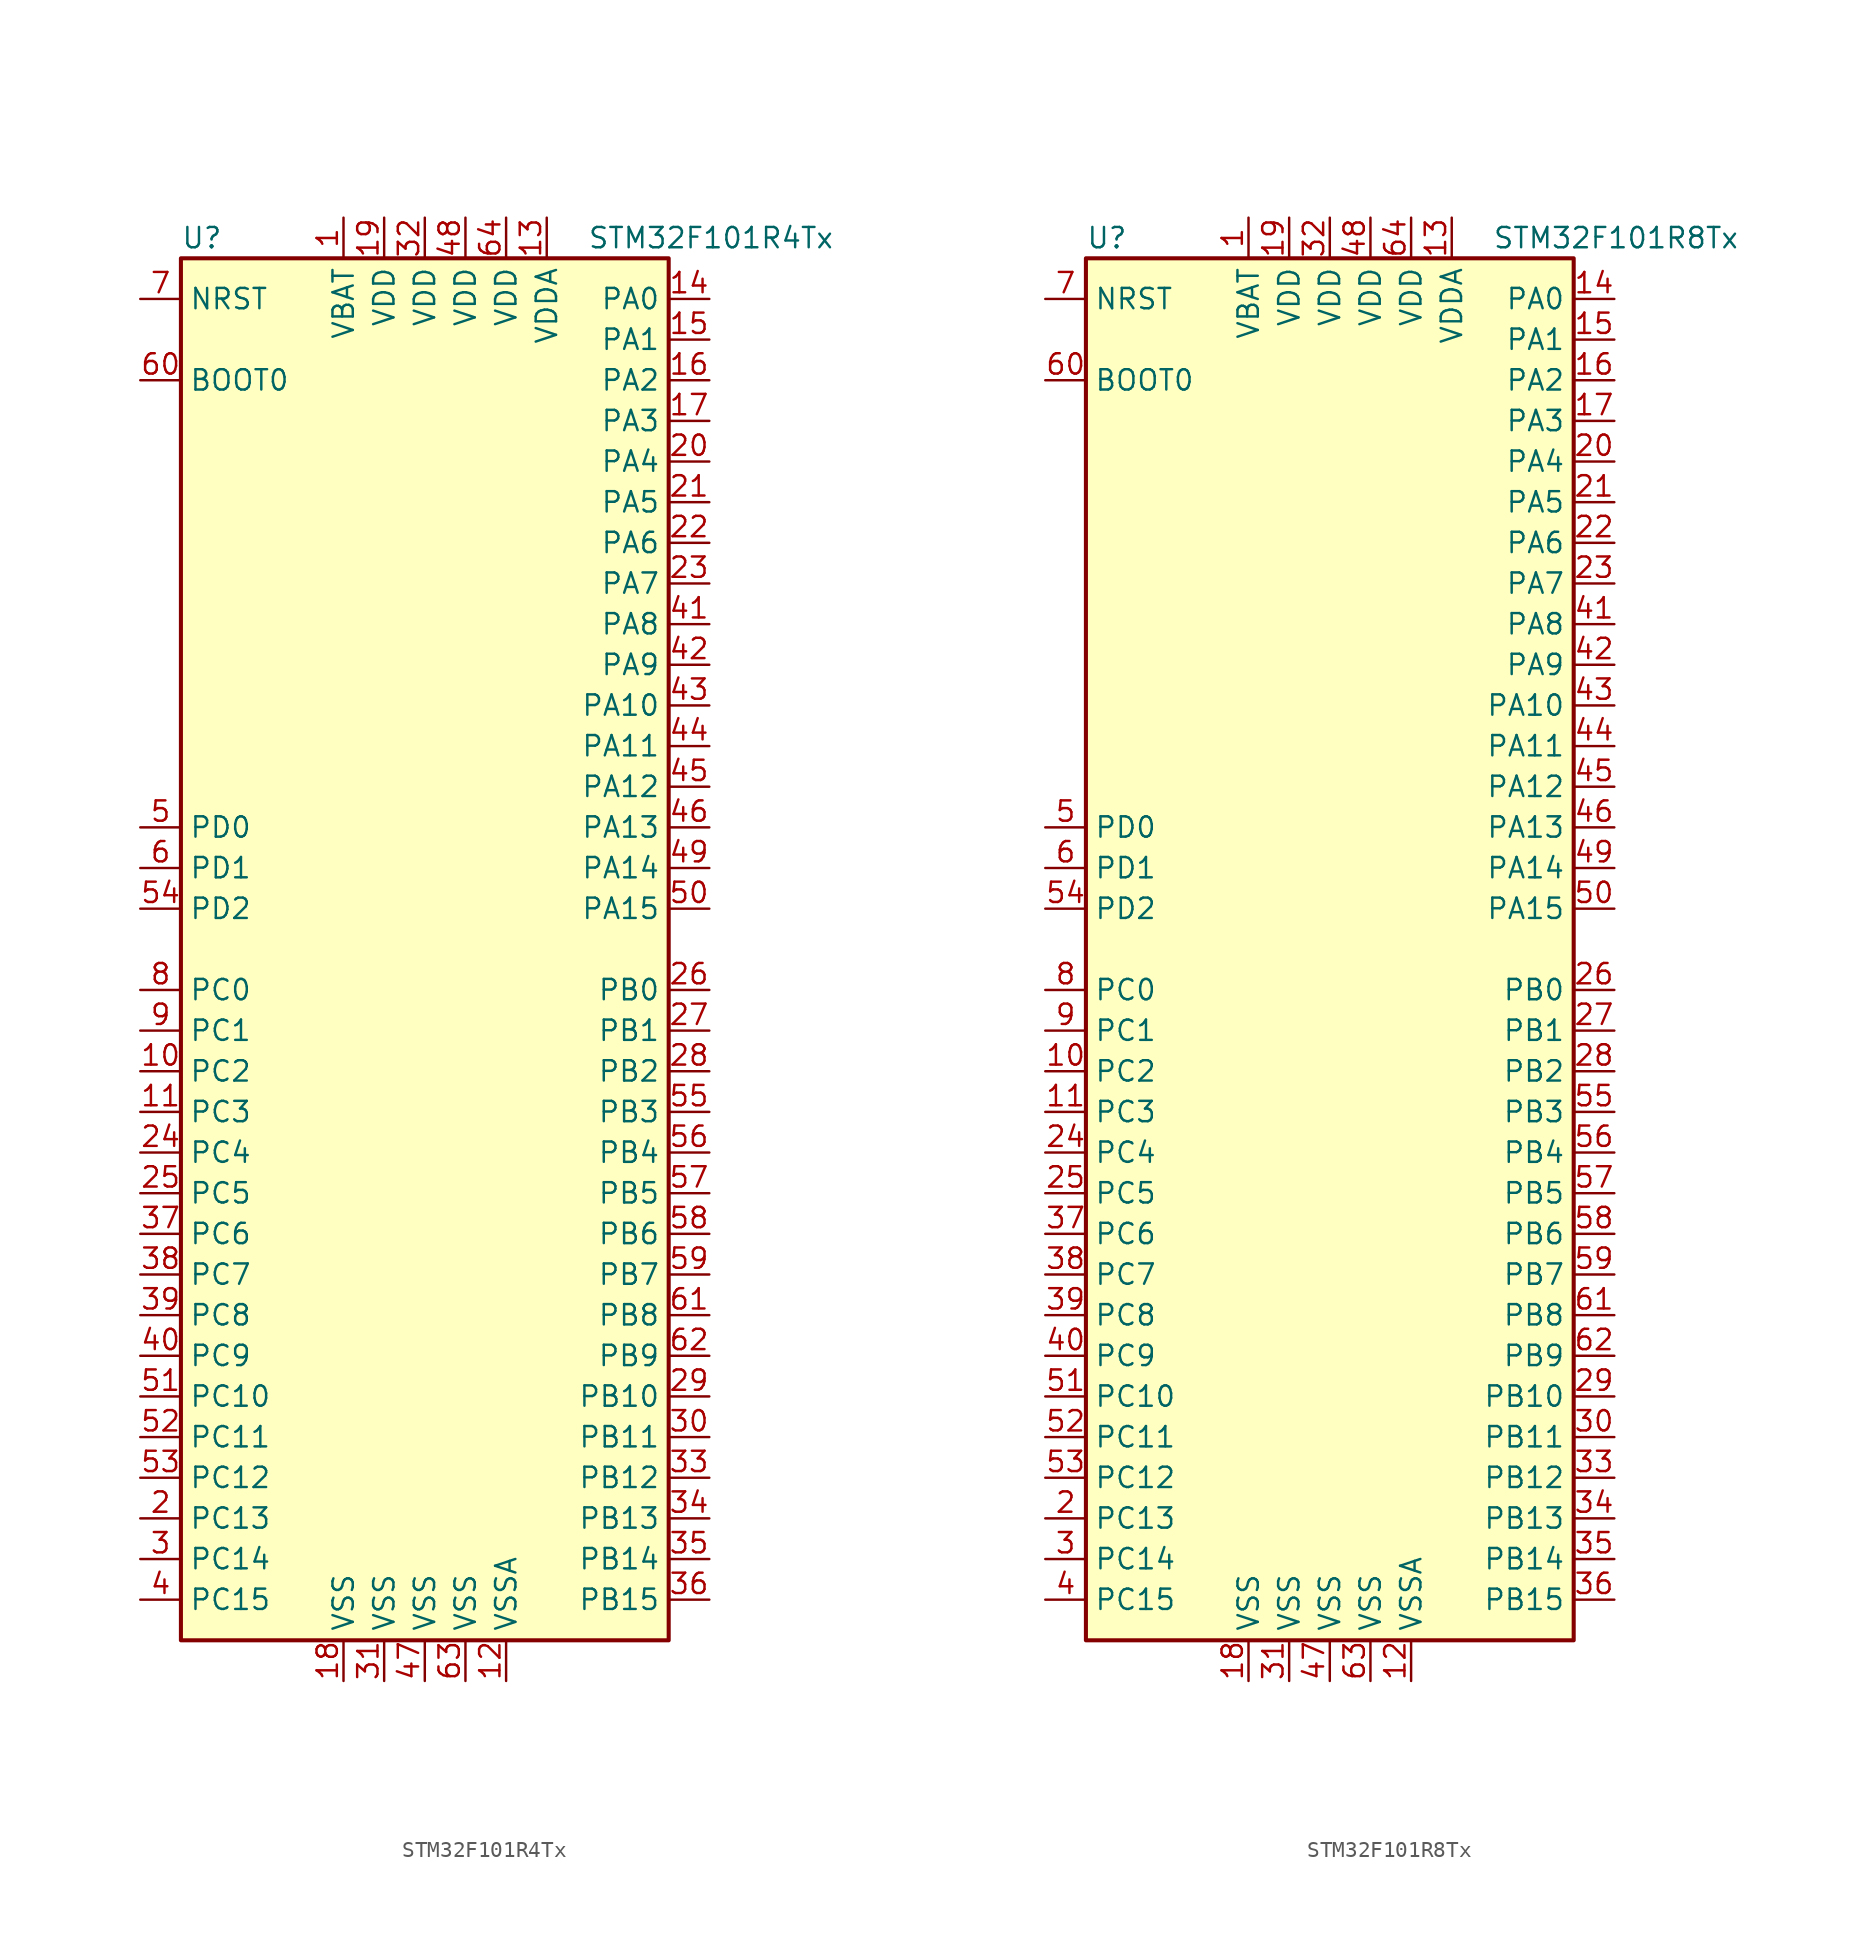
<source format=kicad_sym>
(kicad_symbol_lib
  (version 20211014)
  (generator kicad_symbol_editor)
  (symbol "STM32F101R4Tx"
    (property "Reference" "U"
      (at -15.24 44.45 0)
      (effects (font (size 1.27 1.27)) (justify left)))
    (property "Value" "STM32F101R4Tx"
      (at 10.16 44.45 0)
      (effects (font (size 1.27 1.27)) (justify left)))
    (symbol "STM32F101R4Tx_0_1"
      (rectangle (start -15.24 -43.18) (end 15.24 43.18) (stroke (width 0.254) (type default) (color 0 0 0 0)) (fill (type background))))
    (symbol "STM32F101R4Tx_1_1"
      (pin power_in line (at -5.08 45.72 270) (length 2.54) (name "VBAT" (effects (font (size 1.27 1.27)))) (number "1" (effects (font (size 1.27 1.27)))))
      (pin bidirectional line (at -17.78 -7.62 0) (length 2.54) (name "PC2" (effects (font (size 1.27 1.27)))) (number "10" (effects (font (size 1.27 1.27)))))
      (pin bidirectional line (at -17.78 -10.16 0) (length 2.54) (name "PC3" (effects (font (size 1.27 1.27)))) (number "11" (effects (font (size 1.27 1.27)))))
      (pin power_in line (at 5.08 -45.72 90) (length 2.54) (name "VSSA" (effects (font (size 1.27 1.27)))) (number "12" (effects (font (size 1.27 1.27)))))
      (pin power_in line (at 7.62 45.72 270) (length 2.54) (name "VDDA" (effects (font (size 1.27 1.27)))) (number "13" (effects (font (size 1.27 1.27)))))
      (pin bidirectional line (at 17.78 40.64 180) (length 2.54) (name "PA0" (effects (font (size 1.27 1.27)))) (number "14" (effects (font (size 1.27 1.27)))))
      (pin bidirectional line (at 17.78 38.1 180) (length 2.54) (name "PA1" (effects (font (size 1.27 1.27)))) (number "15" (effects (font (size 1.27 1.27)))))
      (pin bidirectional line (at 17.78 35.56 180) (length 2.54) (name "PA2" (effects (font (size 1.27 1.27)))) (number "16" (effects (font (size 1.27 1.27)))))
      (pin bidirectional line (at 17.78 33.02 180) (length 2.54) (name "PA3" (effects (font (size 1.27 1.27)))) (number "17" (effects (font (size 1.27 1.27)))))
      (pin power_in line (at -5.08 -45.72 90) (length 2.54) (name "VSS" (effects (font (size 1.27 1.27)))) (number "18" (effects (font (size 1.27 1.27)))))
      (pin power_in line (at -2.54 45.72 270) (length 2.54) (name "VDD" (effects (font (size 1.27 1.27)))) (number "19" (effects (font (size 1.27 1.27)))))
      (pin bidirectional line (at -17.78 -35.56 0) (length 2.54) (name "PC13" (effects (font (size 1.27 1.27)))) (number "2" (effects (font (size 1.27 1.27)))))
      (pin bidirectional line (at 17.78 30.48 180) (length 2.54) (name "PA4" (effects (font (size 1.27 1.27)))) (number "20" (effects (font (size 1.27 1.27)))))
      (pin bidirectional line (at 17.78 27.94 180) (length 2.54) (name "PA5" (effects (font (size 1.27 1.27)))) (number "21" (effects (font (size 1.27 1.27)))))
      (pin bidirectional line (at 17.78 25.4 180) (length 2.54) (name "PA6" (effects (font (size 1.27 1.27)))) (number "22" (effects (font (size 1.27 1.27)))))
      (pin bidirectional line (at 17.78 22.86 180) (length 2.54) (name "PA7" (effects (font (size 1.27 1.27)))) (number "23" (effects (font (size 1.27 1.27)))))
      (pin bidirectional line (at -17.78 -12.7 0) (length 2.54) (name "PC4" (effects (font (size 1.27 1.27)))) (number "24" (effects (font (size 1.27 1.27)))))
      (pin bidirectional line (at -17.78 -15.24 0) (length 2.54) (name "PC5" (effects (font (size 1.27 1.27)))) (number "25" (effects (font (size 1.27 1.27)))))
      (pin bidirectional line (at 17.78 -2.54 180) (length 2.54) (name "PB0" (effects (font (size 1.27 1.27)))) (number "26" (effects (font (size 1.27 1.27)))))
      (pin bidirectional line (at 17.78 -5.08 180) (length 2.54) (name "PB1" (effects (font (size 1.27 1.27)))) (number "27" (effects (font (size 1.27 1.27)))))
      (pin bidirectional line (at 17.78 -7.62 180) (length 2.54) (name "PB2" (effects (font (size 1.27 1.27)))) (number "28" (effects (font (size 1.27 1.27)))))
      (pin bidirectional line (at 17.78 -27.94 180) (length 2.54) (name "PB10" (effects (font (size 1.27 1.27)))) (number "29" (effects (font (size 1.27 1.27)))))
      (pin bidirectional line (at -17.78 -38.1 0) (length 2.54) (name "PC14" (effects (font (size 1.27 1.27)))) (number "3" (effects (font (size 1.27 1.27)))))
      (pin bidirectional line (at 17.78 -30.48 180) (length 2.54) (name "PB11" (effects (font (size 1.27 1.27)))) (number "30" (effects (font (size 1.27 1.27)))))
      (pin power_in line (at -2.54 -45.72 90) (length 2.54) (name "VSS" (effects (font (size 1.27 1.27)))) (number "31" (effects (font (size 1.27 1.27)))))
      (pin power_in line (at 0 45.72 270) (length 2.54) (name "VDD" (effects (font (size 1.27 1.27)))) (number "32" (effects (font (size 1.27 1.27)))))
      (pin bidirectional line (at 17.78 -33.02 180) (length 2.54) (name "PB12" (effects (font (size 1.27 1.27)))) (number "33" (effects (font (size 1.27 1.27)))))
      (pin bidirectional line (at 17.78 -35.56 180) (length 2.54) (name "PB13" (effects (font (size 1.27 1.27)))) (number "34" (effects (font (size 1.27 1.27)))))
      (pin bidirectional line (at 17.78 -38.1 180) (length 2.54) (name "PB14" (effects (font (size 1.27 1.27)))) (number "35" (effects (font (size 1.27 1.27)))))
      (pin bidirectional line (at 17.78 -40.64 180) (length 2.54) (name "PB15" (effects (font (size 1.27 1.27)))) (number "36" (effects (font (size 1.27 1.27)))))
      (pin bidirectional line (at -17.78 -17.78 0) (length 2.54) (name "PC6" (effects (font (size 1.27 1.27)))) (number "37" (effects (font (size 1.27 1.27)))))
      (pin bidirectional line (at -17.78 -20.32 0) (length 2.54) (name "PC7" (effects (font (size 1.27 1.27)))) (number "38" (effects (font (size 1.27 1.27)))))
      (pin bidirectional line (at -17.78 -22.86 0) (length 2.54) (name "PC8" (effects (font (size 1.27 1.27)))) (number "39" (effects (font (size 1.27 1.27)))))
      (pin bidirectional line (at -17.78 -40.64 0) (length 2.54) (name "PC15" (effects (font (size 1.27 1.27)))) (number "4" (effects (font (size 1.27 1.27)))))
      (pin bidirectional line (at -17.78 -25.4 0) (length 2.54) (name "PC9" (effects (font (size 1.27 1.27)))) (number "40" (effects (font (size 1.27 1.27)))))
      (pin bidirectional line (at 17.78 20.32 180) (length 2.54) (name "PA8" (effects (font (size 1.27 1.27)))) (number "41" (effects (font (size 1.27 1.27)))))
      (pin bidirectional line (at 17.78 17.78 180) (length 2.54) (name "PA9" (effects (font (size 1.27 1.27)))) (number "42" (effects (font (size 1.27 1.27)))))
      (pin bidirectional line (at 17.78 15.24 180) (length 2.54) (name "PA10" (effects (font (size 1.27 1.27)))) (number "43" (effects (font (size 1.27 1.27)))))
      (pin bidirectional line (at 17.78 12.7 180) (length 2.54) (name "PA11" (effects (font (size 1.27 1.27)))) (number "44" (effects (font (size 1.27 1.27)))))
      (pin bidirectional line (at 17.78 10.16 180) (length 2.54) (name "PA12" (effects (font (size 1.27 1.27)))) (number "45" (effects (font (size 1.27 1.27)))))
      (pin bidirectional line (at 17.78 7.62 180) (length 2.54) (name "PA13" (effects (font (size 1.27 1.27)))) (number "46" (effects (font (size 1.27 1.27)))))
      (pin power_in line (at 0 -45.72 90) (length 2.54) (name "VSS" (effects (font (size 1.27 1.27)))) (number "47" (effects (font (size 1.27 1.27)))))
      (pin power_in line (at 2.54 45.72 270) (length 2.54) (name "VDD" (effects (font (size 1.27 1.27)))) (number "48" (effects (font (size 1.27 1.27)))))
      (pin bidirectional line (at 17.78 5.08 180) (length 2.54) (name "PA14" (effects (font (size 1.27 1.27)))) (number "49" (effects (font (size 1.27 1.27)))))
      (pin input line (at -17.78 7.62 0) (length 2.54) (name "PD0" (effects (font (size 1.27 1.27)))) (number "5" (effects (font (size 1.27 1.27)))))
      (pin bidirectional line (at 17.78 2.54 180) (length 2.54) (name "PA15" (effects (font (size 1.27 1.27)))) (number "50" (effects (font (size 1.27 1.27)))))
      (pin bidirectional line (at -17.78 -27.94 0) (length 2.54) (name "PC10" (effects (font (size 1.27 1.27)))) (number "51" (effects (font (size 1.27 1.27)))))
      (pin bidirectional line (at -17.78 -30.48 0) (length 2.54) (name "PC11" (effects (font (size 1.27 1.27)))) (number "52" (effects (font (size 1.27 1.27)))))
      (pin bidirectional line (at -17.78 -33.02 0) (length 2.54) (name "PC12" (effects (font (size 1.27 1.27)))) (number "53" (effects (font (size 1.27 1.27)))))
      (pin bidirectional line (at -17.78 2.54 0) (length 2.54) (name "PD2" (effects (font (size 1.27 1.27)))) (number "54" (effects (font (size 1.27 1.27)))))
      (pin bidirectional line (at 17.78 -10.16 180) (length 2.54) (name "PB3" (effects (font (size 1.27 1.27)))) (number "55" (effects (font (size 1.27 1.27)))))
      (pin bidirectional line (at 17.78 -12.7 180) (length 2.54) (name "PB4" (effects (font (size 1.27 1.27)))) (number "56" (effects (font (size 1.27 1.27)))))
      (pin bidirectional line (at 17.78 -15.24 180) (length 2.54) (name "PB5" (effects (font (size 1.27 1.27)))) (number "57" (effects (font (size 1.27 1.27)))))
      (pin bidirectional line (at 17.78 -17.78 180) (length 2.54) (name "PB6" (effects (font (size 1.27 1.27)))) (number "58" (effects (font (size 1.27 1.27)))))
      (pin bidirectional line (at 17.78 -20.32 180) (length 2.54) (name "PB7" (effects (font (size 1.27 1.27)))) (number "59" (effects (font (size 1.27 1.27)))))
      (pin input line (at -17.78 5.08 0) (length 2.54) (name "PD1" (effects (font (size 1.27 1.27)))) (number "6" (effects (font (size 1.27 1.27)))))
      (pin input line (at -17.78 35.56 0) (length 2.54) (name "BOOT0" (effects (font (size 1.27 1.27)))) (number "60" (effects (font (size 1.27 1.27)))))
      (pin bidirectional line (at 17.78 -22.86 180) (length 2.54) (name "PB8" (effects (font (size 1.27 1.27)))) (number "61" (effects (font (size 1.27 1.27)))))
      (pin bidirectional line (at 17.78 -25.4 180) (length 2.54) (name "PB9" (effects (font (size 1.27 1.27)))) (number "62" (effects (font (size 1.27 1.27)))))
      (pin power_in line (at 2.54 -45.72 90) (length 2.54) (name "VSS" (effects (font (size 1.27 1.27)))) (number "63" (effects (font (size 1.27 1.27)))))
      (pin power_in line (at 5.08 45.72 270) (length 2.54) (name "VDD" (effects (font (size 1.27 1.27)))) (number "64" (effects (font (size 1.27 1.27)))))
      (pin input line (at -17.78 40.64 0) (length 2.54) (name "NRST" (effects (font (size 1.27 1.27)))) (number "7" (effects (font (size 1.27 1.27)))))
      (pin bidirectional line (at -17.78 -2.54 0) (length 2.54) (name "PC0" (effects (font (size 1.27 1.27)))) (number "8" (effects (font (size 1.27 1.27)))))
      (pin bidirectional line (at -17.78 -5.08 0) (length 2.54) (name "PC1" (effects (font (size 1.27 1.27)))) (number "9" (effects (font (size 1.27 1.27)))))))
  (symbol "STM32F101R8Tx"
    (property "Reference" "U"
      (at -15.24 44.45 0)
      (effects (font (size 1.27 1.27)) (justify left)))
    (property "Value" "STM32F101R8Tx"
      (at 10.16 44.45 0)
      (effects (font (size 1.27 1.27)) (justify left)))
    (symbol "STM32F101R8Tx_0_1"
      (rectangle (start -15.24 -43.18) (end 15.24 43.18) (stroke (width 0.254) (type default) (color 0 0 0 0)) (fill (type background))))
    (symbol "STM32F101R8Tx_1_1"
      (pin power_in line (at -5.08 45.72 270) (length 2.54) (name "VBAT" (effects (font (size 1.27 1.27)))) (number "1" (effects (font (size 1.27 1.27)))))
      (pin bidirectional line (at -17.78 -7.62 0) (length 2.54) (name "PC2" (effects (font (size 1.27 1.27)))) (number "10" (effects (font (size 1.27 1.27)))))
      (pin bidirectional line (at -17.78 -10.16 0) (length 2.54) (name "PC3" (effects (font (size 1.27 1.27)))) (number "11" (effects (font (size 1.27 1.27)))))
      (pin power_in line (at 5.08 -45.72 90) (length 2.54) (name "VSSA" (effects (font (size 1.27 1.27)))) (number "12" (effects (font (size 1.27 1.27)))))
      (pin power_in line (at 7.62 45.72 270) (length 2.54) (name "VDDA" (effects (font (size 1.27 1.27)))) (number "13" (effects (font (size 1.27 1.27)))))
      (pin bidirectional line (at 17.78 40.64 180) (length 2.54) (name "PA0" (effects (font (size 1.27 1.27)))) (number "14" (effects (font (size 1.27 1.27)))))
      (pin bidirectional line (at 17.78 38.1 180) (length 2.54) (name "PA1" (effects (font (size 1.27 1.27)))) (number "15" (effects (font (size 1.27 1.27)))))
      (pin bidirectional line (at 17.78 35.56 180) (length 2.54) (name "PA2" (effects (font (size 1.27 1.27)))) (number "16" (effects (font (size 1.27 1.27)))))
      (pin bidirectional line (at 17.78 33.02 180) (length 2.54) (name "PA3" (effects (font (size 1.27 1.27)))) (number "17" (effects (font (size 1.27 1.27)))))
      (pin power_in line (at -5.08 -45.72 90) (length 2.54) (name "VSS" (effects (font (size 1.27 1.27)))) (number "18" (effects (font (size 1.27 1.27)))))
      (pin power_in line (at -2.54 45.72 270) (length 2.54) (name "VDD" (effects (font (size 1.27 1.27)))) (number "19" (effects (font (size 1.27 1.27)))))
      (pin bidirectional line (at -17.78 -35.56 0) (length 2.54) (name "PC13" (effects (font (size 1.27 1.27)))) (number "2" (effects (font (size 1.27 1.27)))))
      (pin bidirectional line (at 17.78 30.48 180) (length 2.54) (name "PA4" (effects (font (size 1.27 1.27)))) (number "20" (effects (font (size 1.27 1.27)))))
      (pin bidirectional line (at 17.78 27.94 180) (length 2.54) (name "PA5" (effects (font (size 1.27 1.27)))) (number "21" (effects (font (size 1.27 1.27)))))
      (pin bidirectional line (at 17.78 25.4 180) (length 2.54) (name "PA6" (effects (font (size 1.27 1.27)))) (number "22" (effects (font (size 1.27 1.27)))))
      (pin bidirectional line (at 17.78 22.86 180) (length 2.54) (name "PA7" (effects (font (size 1.27 1.27)))) (number "23" (effects (font (size 1.27 1.27)))))
      (pin bidirectional line (at -17.78 -12.7 0) (length 2.54) (name "PC4" (effects (font (size 1.27 1.27)))) (number "24" (effects (font (size 1.27 1.27)))))
      (pin bidirectional line (at -17.78 -15.24 0) (length 2.54) (name "PC5" (effects (font (size 1.27 1.27)))) (number "25" (effects (font (size 1.27 1.27)))))
      (pin bidirectional line (at 17.78 -2.54 180) (length 2.54) (name "PB0" (effects (font (size 1.27 1.27)))) (number "26" (effects (font (size 1.27 1.27)))))
      (pin bidirectional line (at 17.78 -5.08 180) (length 2.54) (name "PB1" (effects (font (size 1.27 1.27)))) (number "27" (effects (font (size 1.27 1.27)))))
      (pin bidirectional line (at 17.78 -7.62 180) (length 2.54) (name "PB2" (effects (font (size 1.27 1.27)))) (number "28" (effects (font (size 1.27 1.27)))))
      (pin bidirectional line (at 17.78 -27.94 180) (length 2.54) (name "PB10" (effects (font (size 1.27 1.27)))) (number "29" (effects (font (size 1.27 1.27)))))
      (pin bidirectional line (at -17.78 -38.1 0) (length 2.54) (name "PC14" (effects (font (size 1.27 1.27)))) (number "3" (effects (font (size 1.27 1.27)))))
      (pin bidirectional line (at 17.78 -30.48 180) (length 2.54) (name "PB11" (effects (font (size 1.27 1.27)))) (number "30" (effects (font (size 1.27 1.27)))))
      (pin power_in line (at -2.54 -45.72 90) (length 2.54) (name "VSS" (effects (font (size 1.27 1.27)))) (number "31" (effects (font (size 1.27 1.27)))))
      (pin power_in line (at 0 45.72 270) (length 2.54) (name "VDD" (effects (font (size 1.27 1.27)))) (number "32" (effects (font (size 1.27 1.27)))))
      (pin bidirectional line (at 17.78 -33.02 180) (length 2.54) (name "PB12" (effects (font (size 1.27 1.27)))) (number "33" (effects (font (size 1.27 1.27)))))
      (pin bidirectional line (at 17.78 -35.56 180) (length 2.54) (name "PB13" (effects (font (size 1.27 1.27)))) (number "34" (effects (font (size 1.27 1.27)))))
      (pin bidirectional line (at 17.78 -38.1 180) (length 2.54) (name "PB14" (effects (font (size 1.27 1.27)))) (number "35" (effects (font (size 1.27 1.27)))))
      (pin bidirectional line (at 17.78 -40.64 180) (length 2.54) (name "PB15" (effects (font (size 1.27 1.27)))) (number "36" (effects (font (size 1.27 1.27)))))
      (pin bidirectional line (at -17.78 -17.78 0) (length 2.54) (name "PC6" (effects (font (size 1.27 1.27)))) (number "37" (effects (font (size 1.27 1.27)))))
      (pin bidirectional line (at -17.78 -20.32 0) (length 2.54) (name "PC7" (effects (font (size 1.27 1.27)))) (number "38" (effects (font (size 1.27 1.27)))))
      (pin bidirectional line (at -17.78 -22.86 0) (length 2.54) (name "PC8" (effects (font (size 1.27 1.27)))) (number "39" (effects (font (size 1.27 1.27)))))
      (pin bidirectional line (at -17.78 -40.64 0) (length 2.54) (name "PC15" (effects (font (size 1.27 1.27)))) (number "4" (effects (font (size 1.27 1.27)))))
      (pin bidirectional line (at -17.78 -25.4 0) (length 2.54) (name "PC9" (effects (font (size 1.27 1.27)))) (number "40" (effects (font (size 1.27 1.27)))))
      (pin bidirectional line (at 17.78 20.32 180) (length 2.54) (name "PA8" (effects (font (size 1.27 1.27)))) (number "41" (effects (font (size 1.27 1.27)))))
      (pin bidirectional line (at 17.78 17.78 180) (length 2.54) (name "PA9" (effects (font (size 1.27 1.27)))) (number "42" (effects (font (size 1.27 1.27)))))
      (pin bidirectional line (at 17.78 15.24 180) (length 2.54) (name "PA10" (effects (font (size 1.27 1.27)))) (number "43" (effects (font (size 1.27 1.27)))))
      (pin bidirectional line (at 17.78 12.7 180) (length 2.54) (name "PA11" (effects (font (size 1.27 1.27)))) (number "44" (effects (font (size 1.27 1.27)))))
      (pin bidirectional line (at 17.78 10.16 180) (length 2.54) (name "PA12" (effects (font (size 1.27 1.27)))) (number "45" (effects (font (size 1.27 1.27)))))
      (pin bidirectional line (at 17.78 7.62 180) (length 2.54) (name "PA13" (effects (font (size 1.27 1.27)))) (number "46" (effects (font (size 1.27 1.27)))))
      (pin power_in line (at 0 -45.72 90) (length 2.54) (name "VSS" (effects (font (size 1.27 1.27)))) (number "47" (effects (font (size 1.27 1.27)))))
      (pin power_in line (at 2.54 45.72 270) (length 2.54) (name "VDD" (effects (font (size 1.27 1.27)))) (number "48" (effects (font (size 1.27 1.27)))))
      (pin bidirectional line (at 17.78 5.08 180) (length 2.54) (name "PA14" (effects (font (size 1.27 1.27)))) (number "49" (effects (font (size 1.27 1.27)))))
      (pin input line (at -17.78 7.62 0) (length 2.54) (name "PD0" (effects (font (size 1.27 1.27)))) (number "5" (effects (font (size 1.27 1.27)))))
      (pin bidirectional line (at 17.78 2.54 180) (length 2.54) (name "PA15" (effects (font (size 1.27 1.27)))) (number "50" (effects (font (size 1.27 1.27)))))
      (pin bidirectional line (at -17.78 -27.94 0) (length 2.54) (name "PC10" (effects (font (size 1.27 1.27)))) (number "51" (effects (font (size 1.27 1.27)))))
      (pin bidirectional line (at -17.78 -30.48 0) (length 2.54) (name "PC11" (effects (font (size 1.27 1.27)))) (number "52" (effects (font (size 1.27 1.27)))))
      (pin bidirectional line (at -17.78 -33.02 0) (length 2.54) (name "PC12" (effects (font (size 1.27 1.27)))) (number "53" (effects (font (size 1.27 1.27)))))
      (pin bidirectional line (at -17.78 2.54 0) (length 2.54) (name "PD2" (effects (font (size 1.27 1.27)))) (number "54" (effects (font (size 1.27 1.27)))))
      (pin bidirectional line (at 17.78 -10.16 180) (length 2.54) (name "PB3" (effects (font (size 1.27 1.27)))) (number "55" (effects (font (size 1.27 1.27)))))
      (pin bidirectional line (at 17.78 -12.7 180) (length 2.54) (name "PB4" (effects (font (size 1.27 1.27)))) (number "56" (effects (font (size 1.27 1.27)))))
      (pin bidirectional line (at 17.78 -15.24 180) (length 2.54) (name "PB5" (effects (font (size 1.27 1.27)))) (number "57" (effects (font (size 1.27 1.27)))))
      (pin bidirectional line (at 17.78 -17.78 180) (length 2.54) (name "PB6" (effects (font (size 1.27 1.27)))) (number "58" (effects (font (size 1.27 1.27)))))
      (pin bidirectional line (at 17.78 -20.32 180) (length 2.54) (name "PB7" (effects (font (size 1.27 1.27)))) (number "59" (effects (font (size 1.27 1.27)))))
      (pin input line (at -17.78 5.08 0) (length 2.54) (name "PD1" (effects (font (size 1.27 1.27)))) (number "6" (effects (font (size 1.27 1.27)))))
      (pin input line (at -17.78 35.56 0) (length 2.54) (name "BOOT0" (effects (font (size 1.27 1.27)))) (number "60" (effects (font (size 1.27 1.27)))))
      (pin bidirectional line (at 17.78 -22.86 180) (length 2.54) (name "PB8" (effects (font (size 1.27 1.27)))) (number "61" (effects (font (size 1.27 1.27)))))
      (pin bidirectional line (at 17.78 -25.4 180) (length 2.54) (name "PB9" (effects (font (size 1.27 1.27)))) (number "62" (effects (font (size 1.27 1.27)))))
      (pin power_in line (at 2.54 -45.72 90) (length 2.54) (name "VSS" (effects (font (size 1.27 1.27)))) (number "63" (effects (font (size 1.27 1.27)))))
      (pin power_in line (at 5.08 45.72 270) (length 2.54) (name "VDD" (effects (font (size 1.27 1.27)))) (number "64" (effects (font (size 1.27 1.27)))))
      (pin input line (at -17.78 40.64 0) (length 2.54) (name "NRST" (effects (font (size 1.27 1.27)))) (number "7" (effects (font (size 1.27 1.27)))))
      (pin bidirectional line (at -17.78 -2.54 0) (length 2.54) (name "PC0" (effects (font (size 1.27 1.27)))) (number "8" (effects (font (size 1.27 1.27)))))
      (pin bidirectional line (at -17.78 -5.08 0) (length 2.54) (name "PC1" (effects (font (size 1.27 1.27)))) (number "9" (effects (font (size 1.27 1.27))))))))
</source>
